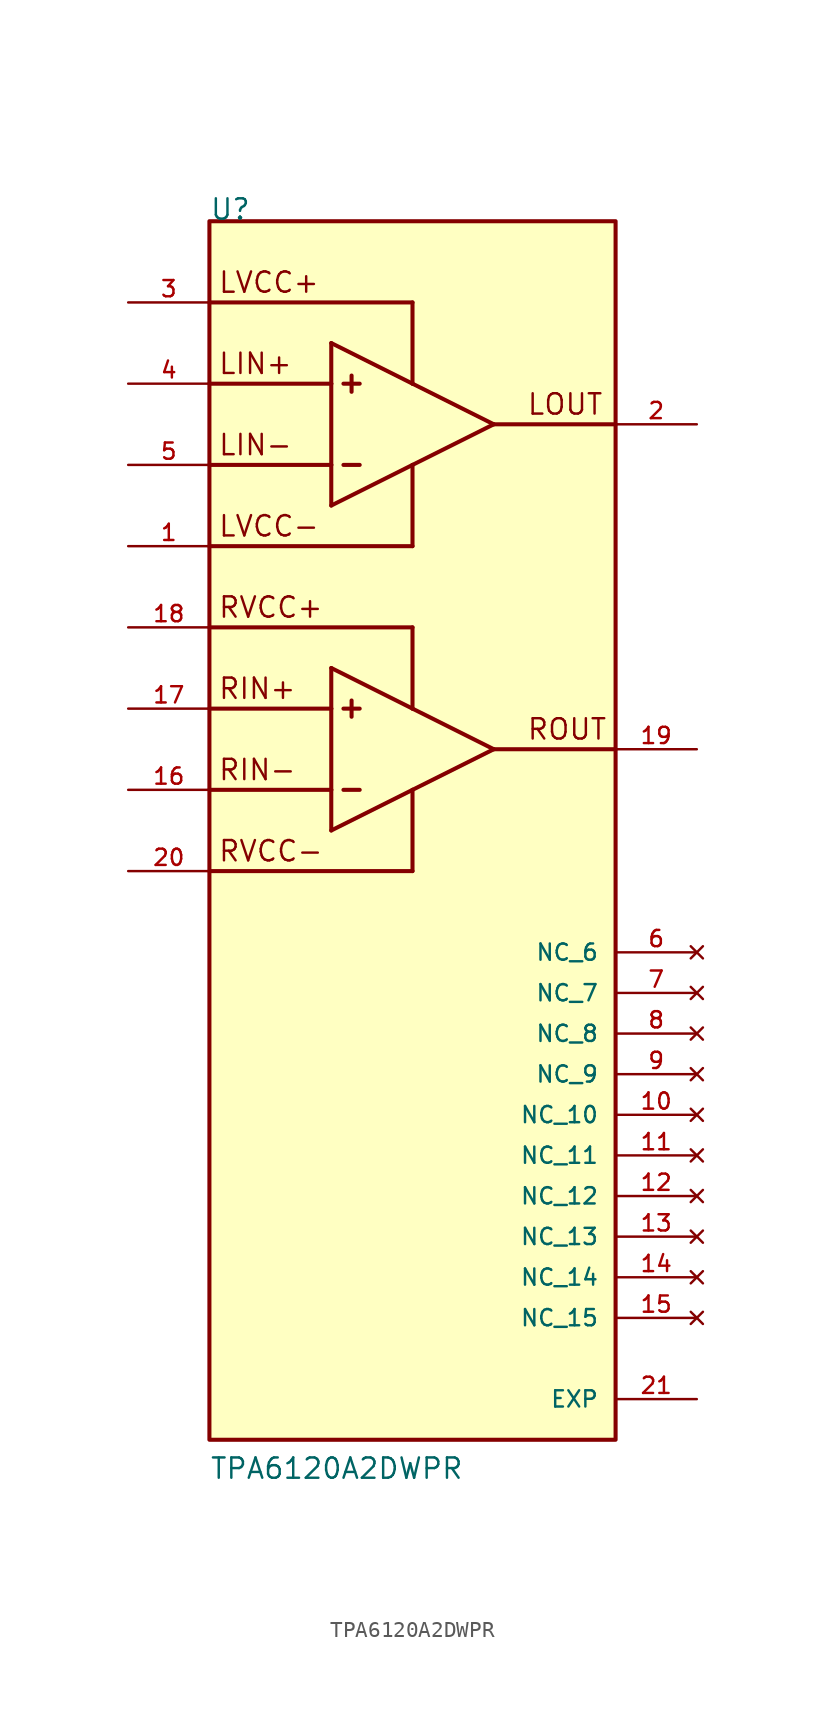
<source format=kicad_sym>
(kicad_symbol_lib
  (version 20211014)
  (generator kicad_symbol_editor)
  (symbol "TPA6120A2DWPR"
    (pin_names
      (offset 1.016))
    (property "Reference" "U"
      (at -12.7 38.1 0)
      (effects (font (size 1.27 1.27)) (justify bottom left)))
    (property "Value" "TPA6120A2DWPR"
      (at -12.7 -40.64 0)
      (effects (font (size 1.27 1.27)) (justify bottom left)))
    (symbol "TPA6120A2DWPR_0_0"
      (polyline (pts (xy -5.08 27.94) (xy -5.08 22.86)) (stroke (width 0.254)))
      (polyline (pts (xy -5.08 20.32) (xy 0.0 22.86)) (stroke (width 0.254)))
      (polyline (pts (xy 0.0 22.86) (xy 5.08 25.4)) (stroke (width 0.254)))
      (polyline (pts (xy 5.08 25.4) (xy 0.0 27.94)) (stroke (width 0.254)))
      (polyline (pts (xy 0.0 27.94) (xy -5.08 30.48)) (stroke (width 0.254)))
      (polyline (pts (xy -5.08 10.16) (xy -5.08 7.62)) (stroke (width 0.254)))
      (polyline (pts (xy -5.08 7.62) (xy -5.08 2.54)) (stroke (width 0.254)))
      (polyline (pts (xy -5.08 2.54) (xy -5.08 0.0)) (stroke (width 0.254)))
      (polyline (pts (xy -5.08 0.0) (xy 0.0 2.54)) (stroke (width 0.254)))
      (polyline (pts (xy 0.0 2.54) (xy 5.08 5.08)) (stroke (width 0.254)))
      (polyline (pts (xy 5.08 5.08) (xy 0.0 7.62)) (stroke (width 0.254)))
      (polyline (pts (xy 0.0 7.62) (xy -5.08 10.16)) (stroke (width 0.254)))
      (polyline (pts (xy -4.318 7.62) (xy -3.302 7.62)) (stroke (width 0.254)))
      (polyline (pts (xy -3.81 7.112) (xy -3.81 8.128)) (stroke (width 0.254)))
      (polyline (pts (xy -4.318 2.54) (xy -3.302 2.54)) (stroke (width 0.254)))
      (polyline (pts (xy -12.7 27.94) (xy -5.08 27.94)) (stroke (width 0.254)))
      (polyline (pts (xy -12.7 22.86) (xy -5.08 22.86)) (stroke (width 0.254)))
      (polyline (pts (xy 5.08 25.4) (xy 12.7 25.4)) (stroke (width 0.254)))
      (polyline (pts (xy -12.7 7.62) (xy -5.08 7.62)) (stroke (width 0.254)))
      (polyline (pts (xy -12.7 2.54) (xy -5.08 2.54)) (stroke (width 0.254)))
      (polyline (pts (xy 5.08 5.08) (xy 12.7 5.08)) (stroke (width 0.254)))
      (polyline (pts (xy -5.08 30.48) (xy -5.08 27.94)) (stroke (width 0.254)))
      (polyline (pts (xy -5.08 22.86) (xy -5.08 20.32)) (stroke (width 0.254)))
      (polyline (pts (xy -4.318 27.94) (xy -3.302 27.94)) (stroke (width 0.254)))
      (polyline (pts (xy -3.81 27.432) (xy -3.81 28.448)) (stroke (width 0.254)))
      (polyline (pts (xy -4.318 22.86) (xy -3.302 22.86)) (stroke (width 0.254)))
      (text "LIN+" (at -12.192 28.448 0) (effects (font (size 1.27 1.27)) (justify bottom left)))
      (text "LIN-" (at -12.192 23.368 0) (effects (font (size 1.27 1.27)) (justify bottom left)))
      (text "RIN+" (at -12.192 8.128 0) (effects (font (size 1.27 1.27)) (justify bottom left)))
      (text "RIN-" (at -12.192 3.048 0) (effects (font (size 1.27 1.27)) (justify bottom left)))
      (text "LOUT" (at 7.112 25.908 0) (effects (font (size 1.27 1.27)) (justify bottom left)))
      (text "ROUT" (at 7.112 5.588 0) (effects (font (size 1.27 1.27)) (justify bottom left)))
      (polyline (pts (xy -12.7 12.7) (xy 0.0 12.7)) (stroke (width 0.254)))
      (polyline (pts (xy 0.0 12.7) (xy 0.0 7.62)) (stroke (width 0.254)))
      (polyline (pts (xy -12.7 -2.54) (xy 0.0 -2.54)) (stroke (width 0.254)))
      (polyline (pts (xy 0.0 -2.54) (xy 0.0 2.54)) (stroke (width 0.254)))
      (polyline (pts (xy -12.7 17.78) (xy 0.0 17.78)) (stroke (width 0.254)))
      (polyline (pts (xy 0.0 17.78) (xy 0.0 22.86)) (stroke (width 0.254)))
      (polyline (pts (xy -12.7 33.02) (xy 0.0 33.02)) (stroke (width 0.254)))
      (polyline (pts (xy 0.0 33.02) (xy 0.0 27.94)) (stroke (width 0.254)))
      (text "LVCC+" (at -12.192 33.528 0) (effects (font (size 1.27 1.27)) (justify bottom left)))
      (text "LVCC-" (at -12.192 18.288 0) (effects (font (size 1.27 1.27)) (justify bottom left)))
      (text "RVCC+" (at -12.192 13.208 0) (effects (font (size 1.27 1.27)) (justify bottom left)))
      (text "RVCC-" (at -12.192 -2.032 0) (effects (font (size 1.27 1.27)) (justify bottom left)))
      (rectangle (start -12.7 -38.1) (end 12.7 38.1) (stroke (width 0.254)) (fill (type background)))
      (pin power_in line (at -17.78 17.78 0) (length 5.08) (name "~" (effects (font (size 1.016 1.016)))) (number "1" (effects (font (size 1.016 1.016)))))
      (pin power_in line (at -17.78 33.02 0) (length 5.08) (name "~" (effects (font (size 1.016 1.016)))) (number "3" (effects (font (size 1.016 1.016)))))
      (pin output line (at 17.78 25.4 180.0) (length 5.08) (name "~" (effects (font (size 1.016 1.016)))) (number "2" (effects (font (size 1.016 1.016)))))
      (pin input line (at -17.78 27.94 0) (length 5.08) (name "~" (effects (font (size 1.016 1.016)))) (number "4" (effects (font (size 1.016 1.016)))))
      (pin input line (at -17.78 22.86 0) (length 5.08) (name "~" (effects (font (size 1.016 1.016)))) (number "5" (effects (font (size 1.016 1.016)))))
      (pin input line (at -17.78 7.62 0) (length 5.08) (name "~" (effects (font (size 1.016 1.016)))) (number "17" (effects (font (size 1.016 1.016)))))
      (pin input line (at -17.78 2.54 0) (length 5.08) (name "~" (effects (font (size 1.016 1.016)))) (number "16" (effects (font (size 1.016 1.016)))))
      (pin power_in line (at -17.78 12.7 0) (length 5.08) (name "~" (effects (font (size 1.016 1.016)))) (number "18" (effects (font (size 1.016 1.016)))))
      (pin power_in line (at -17.78 -2.54 0) (length 5.08) (name "~" (effects (font (size 1.016 1.016)))) (number "20" (effects (font (size 1.016 1.016)))))
      (pin passive line (at 17.78 -35.56 180.0) (length 5.08) (name "EXP" (effects (font (size 1.016 1.016)))) (number "21" (effects (font (size 1.016 1.016)))))
      (pin output line (at 17.78 5.08 180.0) (length 5.08) (name "~" (effects (font (size 1.016 1.016)))) (number "19" (effects (font (size 1.016 1.016)))))
      (pin no_connect line (at 17.78 -7.62 180.0) (length 5.08) (name "NC_6" (effects (font (size 1.016 1.016)))) (number "6" (effects (font (size 1.016 1.016)))))
      (pin no_connect line (at 17.78 -10.16 180.0) (length 5.08) (name "NC_7" (effects (font (size 1.016 1.016)))) (number "7" (effects (font (size 1.016 1.016)))))
      (pin no_connect line (at 17.78 -12.7 180.0) (length 5.08) (name "NC_8" (effects (font (size 1.016 1.016)))) (number "8" (effects (font (size 1.016 1.016)))))
      (pin no_connect line (at 17.78 -15.24 180.0) (length 5.08) (name "NC_9" (effects (font (size 1.016 1.016)))) (number "9" (effects (font (size 1.016 1.016)))))
      (pin no_connect line (at 17.78 -17.78 180.0) (length 5.08) (name "NC_10" (effects (font (size 1.016 1.016)))) (number "10" (effects (font (size 1.016 1.016)))))
      (pin no_connect line (at 17.78 -20.32 180.0) (length 5.08) (name "NC_11" (effects (font (size 1.016 1.016)))) (number "11" (effects (font (size 1.016 1.016)))))
      (pin no_connect line (at 17.78 -22.86 180.0) (length 5.08) (name "NC_12" (effects (font (size 1.016 1.016)))) (number "12" (effects (font (size 1.016 1.016)))))
      (pin no_connect line (at 17.78 -25.4 180.0) (length 5.08) (name "NC_13" (effects (font (size 1.016 1.016)))) (number "13" (effects (font (size 1.016 1.016)))))
      (pin no_connect line (at 17.78 -27.94 180.0) (length 5.08) (name "NC_14" (effects (font (size 1.016 1.016)))) (number "14" (effects (font (size 1.016 1.016)))))
      (pin no_connect line (at 17.78 -30.48 180.0) (length 5.08) (name "NC_15" (effects (font (size 1.016 1.016)))) (number "15" (effects (font (size 1.016 1.016))))))))
</source>
